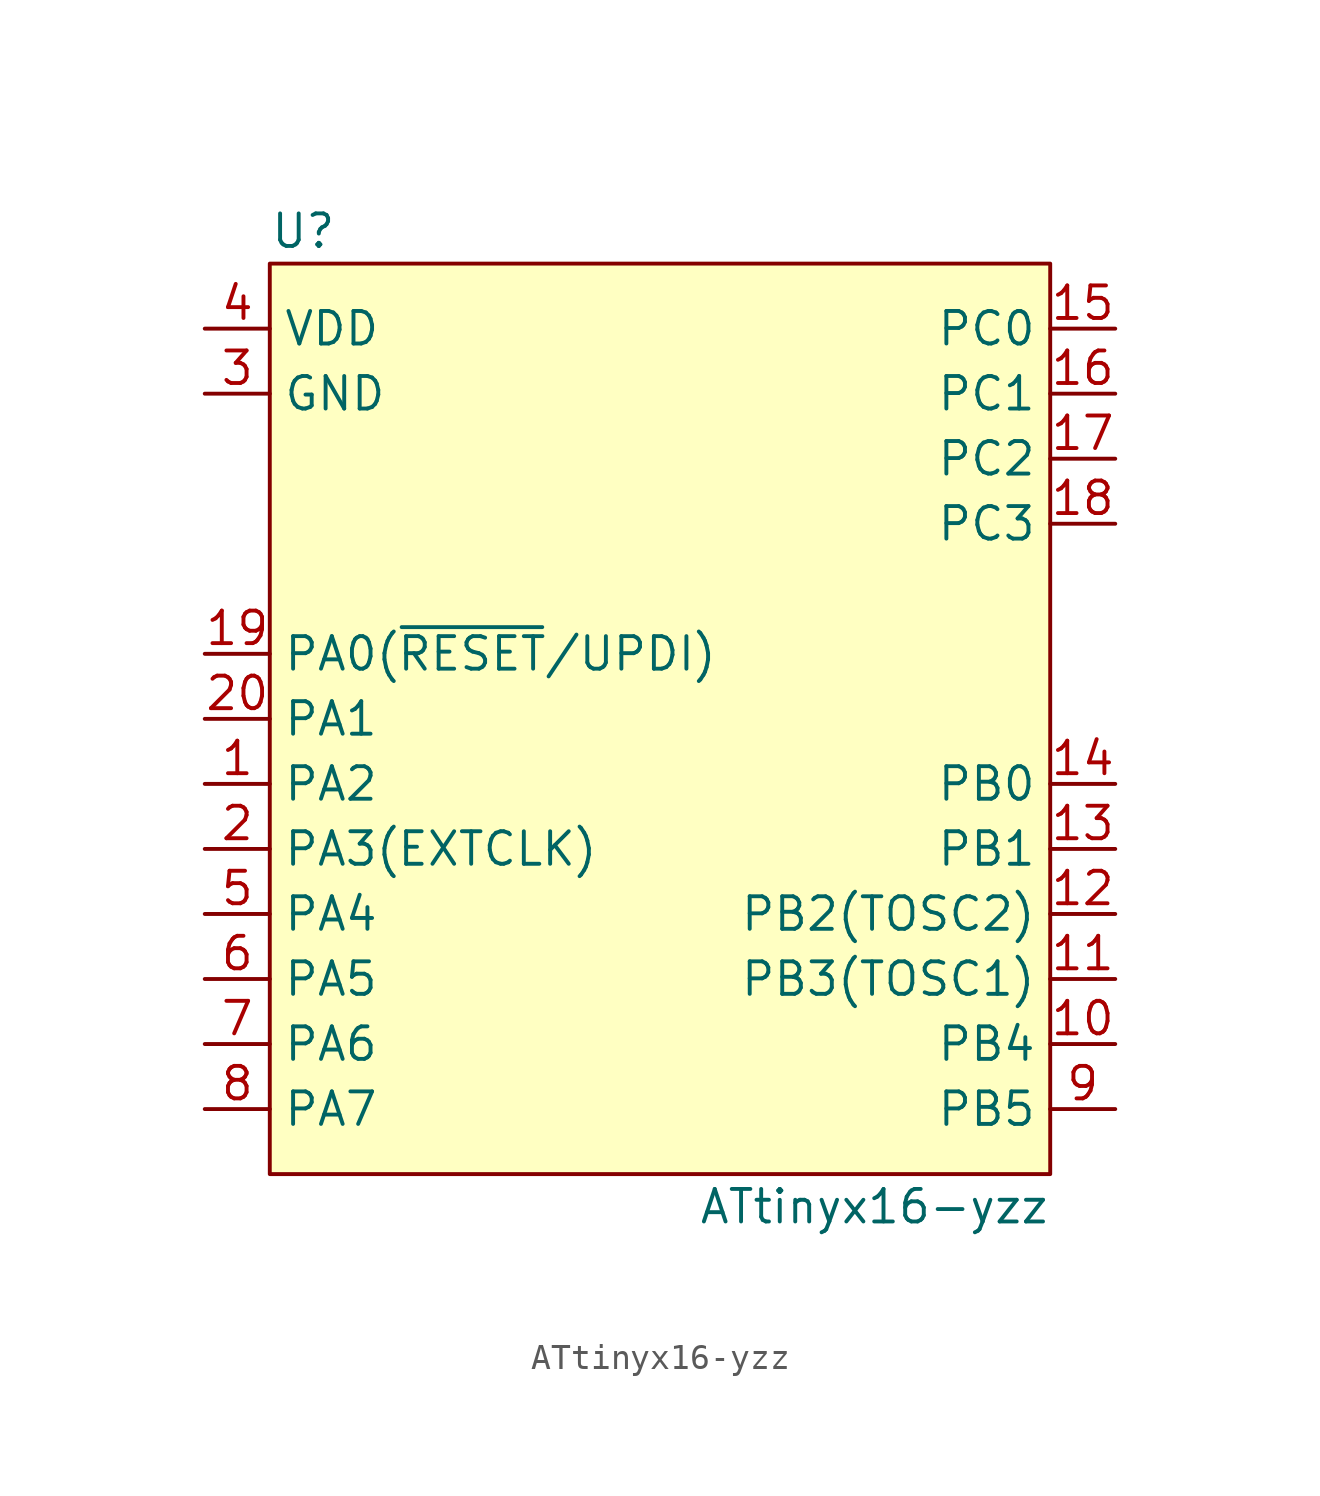
<source format=kicad_sym>
(kicad_symbol_lib
  (version 20211014)
  (generator kicad_symbol_editor)
  (symbol "ATtinyx16-yzz"
    (property "Reference" "U"
      (at -15.24 19.05 0)
      (effects (font (size 1.27 1.27)) (justify left)))
    (property "Value" "ATtinyx16-yzz"
      (at 15.24 -19.05 0)
      (effects (font (size 1.27 1.27)) (justify right)))
    (symbol "ATtinyx16-yzz_0_1"
      (rectangle (start -15.24 17.78) (end 15.24 -17.78) (stroke (width 0) (type default) (color 0 0 0 0)) (fill (type background))))
    (symbol "ATtinyx16-yzz_1_1"
      (pin bidirectional line (at -17.78 -2.54 0) (length 2.54) (name "PA2" (effects (font (size 1.27 1.27)))) (number "1" (effects (font (size 1.27 1.27)))))
      (pin bidirectional line (at 17.78 -12.7 180) (length 2.54) (name "PB4" (effects (font (size 1.27 1.27)))) (number "10" (effects (font (size 1.27 1.27)))))
      (pin bidirectional line (at 17.78 -10.16 180) (length 2.54) (name "PB3(TOSC1)" (effects (font (size 1.27 1.27)))) (number "11" (effects (font (size 1.27 1.27)))))
      (pin bidirectional line (at 17.78 -7.62 180) (length 2.54) (name "PB2(TOSC2)" (effects (font (size 1.27 1.27)))) (number "12" (effects (font (size 1.27 1.27)))))
      (pin bidirectional line (at 17.78 -5.08 180) (length 2.54) (name "PB1" (effects (font (size 1.27 1.27)))) (number "13" (effects (font (size 1.27 1.27)))))
      (pin bidirectional line (at 17.78 -2.54 180) (length 2.54) (name "PB0" (effects (font (size 1.27 1.27)))) (number "14" (effects (font (size 1.27 1.27)))))
      (pin bidirectional line (at 17.78 15.24 180) (length 2.54) (name "PC0" (effects (font (size 1.27 1.27)))) (number "15" (effects (font (size 1.27 1.27)))))
      (pin bidirectional line (at 17.78 12.7 180) (length 2.54) (name "PC1" (effects (font (size 1.27 1.27)))) (number "16" (effects (font (size 1.27 1.27)))))
      (pin bidirectional line (at 17.78 10.16 180) (length 2.54) (name "PC2" (effects (font (size 1.27 1.27)))) (number "17" (effects (font (size 1.27 1.27)))))
      (pin bidirectional line (at 17.78 7.62 180) (length 2.54) (name "PC3" (effects (font (size 1.27 1.27)))) (number "18" (effects (font (size 1.27 1.27)))))
      (pin bidirectional line (at -17.78 2.54 0) (length 2.54) (name "PA0(~{RESET}/UPDI)" (effects (font (size 1.27 1.27)))) (number "19" (effects (font (size 1.27 1.27)))))
      (pin bidirectional line (at -17.78 -5.08 0) (length 2.54) (name "PA3(EXTCLK)" (effects (font (size 1.27 1.27)))) (number "2" (effects (font (size 1.27 1.27)))))
      (pin bidirectional line (at -17.78 0 0) (length 2.54) (name "PA1" (effects (font (size 1.27 1.27)))) (number "20" (effects (font (size 1.27 1.27)))))
      (pin power_in line (at -17.78 12.7 0) (length 2.54) (name "GND" (effects (font (size 1.27 1.27)))) (number "3" (effects (font (size 1.27 1.27)))))
      (pin power_in line (at -17.78 15.24 0) (length 2.54) (name "VDD" (effects (font (size 1.27 1.27)))) (number "4" (effects (font (size 1.27 1.27)))))
      (pin bidirectional line (at -17.78 -7.62 0) (length 2.54) (name "PA4" (effects (font (size 1.27 1.27)))) (number "5" (effects (font (size 1.27 1.27)))))
      (pin bidirectional line (at -17.78 -10.16 0) (length 2.54) (name "PA5" (effects (font (size 1.27 1.27)))) (number "6" (effects (font (size 1.27 1.27)))))
      (pin bidirectional line (at -17.78 -12.7 0) (length 2.54) (name "PA6" (effects (font (size 1.27 1.27)))) (number "7" (effects (font (size 1.27 1.27)))))
      (pin bidirectional line (at -17.78 -15.24 0) (length 2.54) (name "PA7" (effects (font (size 1.27 1.27)))) (number "8" (effects (font (size 1.27 1.27)))))
      (pin bidirectional line (at 17.78 -15.24 180) (length 2.54) (name "PB5" (effects (font (size 1.27 1.27)))) (number "9" (effects (font (size 1.27 1.27))))))))
</source>
